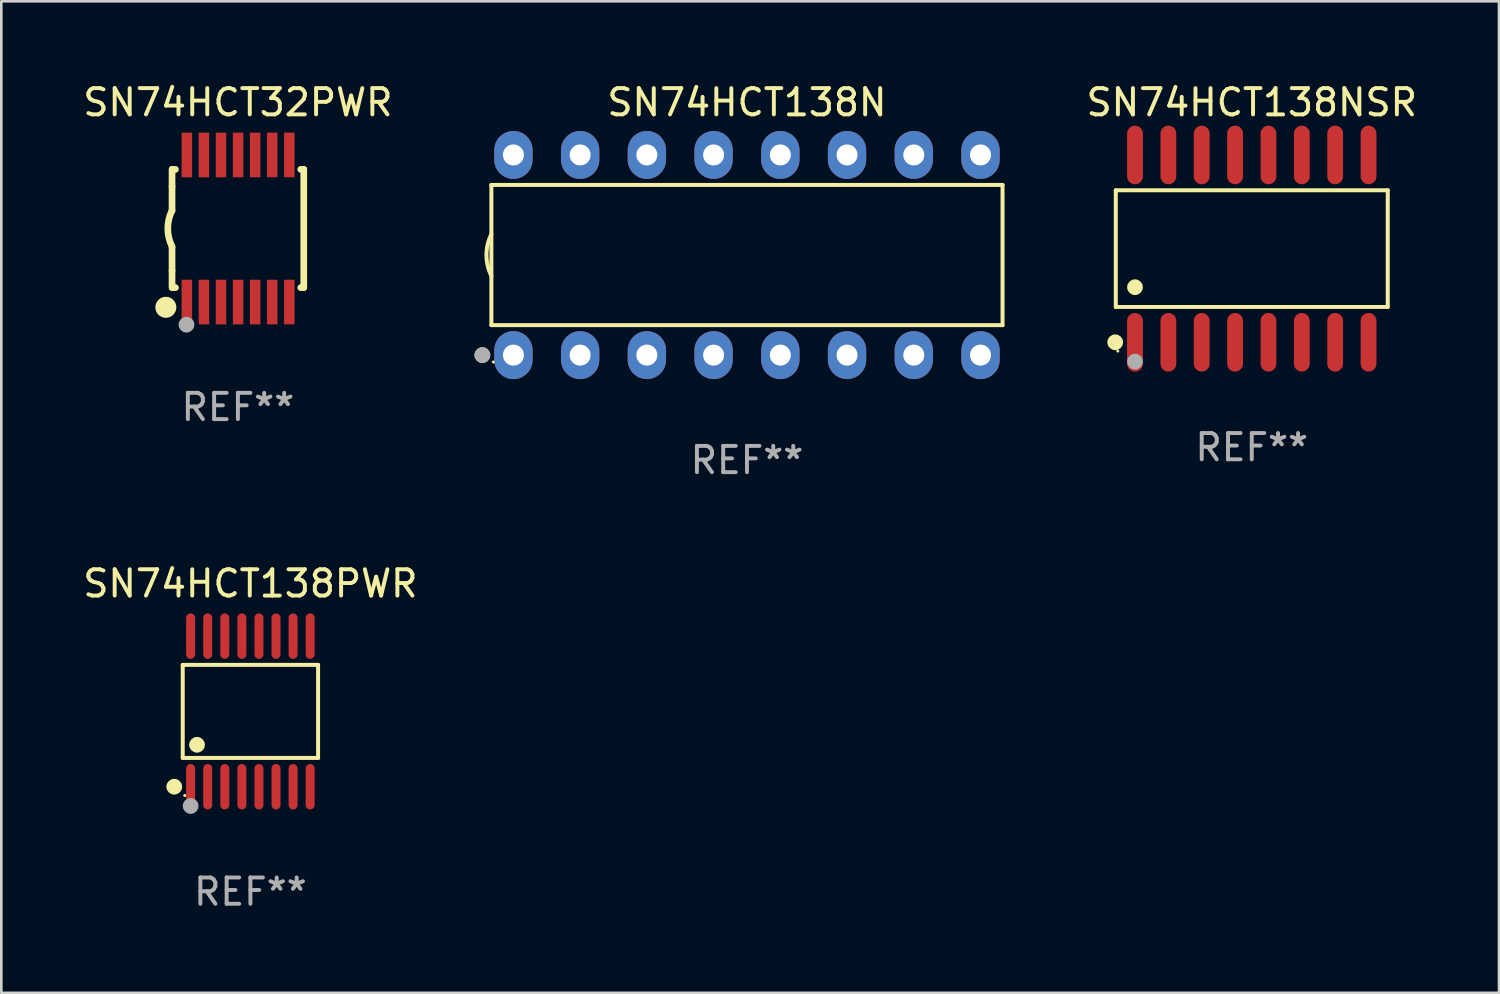
<source format=kicad_pcb>
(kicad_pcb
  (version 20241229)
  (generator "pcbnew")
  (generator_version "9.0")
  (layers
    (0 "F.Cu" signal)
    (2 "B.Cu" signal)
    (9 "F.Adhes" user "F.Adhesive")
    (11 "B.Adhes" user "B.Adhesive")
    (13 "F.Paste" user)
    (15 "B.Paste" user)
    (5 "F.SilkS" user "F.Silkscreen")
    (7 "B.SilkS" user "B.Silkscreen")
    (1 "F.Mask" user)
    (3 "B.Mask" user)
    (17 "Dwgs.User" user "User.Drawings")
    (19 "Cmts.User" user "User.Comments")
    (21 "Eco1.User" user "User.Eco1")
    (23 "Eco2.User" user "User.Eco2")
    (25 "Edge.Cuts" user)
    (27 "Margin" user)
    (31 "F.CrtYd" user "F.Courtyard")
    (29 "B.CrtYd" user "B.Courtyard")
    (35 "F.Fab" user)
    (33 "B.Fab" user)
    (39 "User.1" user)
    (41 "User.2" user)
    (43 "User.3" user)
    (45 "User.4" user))
  (footprint "SN74HCT138NSR"
    (layer "F.Cu")
    (at 44.6 6.414)
    (property "Reference" "SN74HCT138NSR" (at 0 -5.565 0) (layer "F.SilkS") (effects (font (size 1 1) (thickness 0.15))))
    (attr through_hole)
    (fp_line (start -5.176 -2.221) (end 5.176 -2.221) (stroke (width 0.152) (type solid)) (layer "F.SilkS"))
    (fp_line (start -5.176 2.221) (end -5.176 -2.221) (stroke (width 0.152) (type solid)) (layer "F.SilkS"))
    (fp_line (start 5.176 -2.221) (end 5.176 2.221) (stroke (width 0.152) (type solid)) (layer "F.SilkS"))
    (fp_line (start 5.176 2.221) (end -5.176 2.221) (stroke (width 0.152) (type solid)) (layer "F.SilkS"))
    (fp_circle (center -5.198 3.565) (end -5.048 3.565) (stroke (width 0.3) (type solid)) (fill no) (layer "F.SilkS"))
    (fp_circle (center -5.1 3.9) (end -5.07 3.9) (stroke (width 0.06) (type solid)) (fill no) (layer "F.SilkS"))
    (fp_circle (center -4.445 1.469) (end -4.295 1.469) (stroke (width 0.3) (type solid)) (fill no) (layer "F.SilkS"))
    (fp_circle (center -4.445 4.3) (end -4.295 4.3) (stroke (width 0.3) (type solid)) (fill no) (layer "F.Fab"))
    (fp_text user "REF**" (at 0 7.565 0) (layer "F.Fab") (effects (font (size 1 1) (thickness 0.15))))
    (pad "1" smd oval (at -4.445 3.565) (size 0.602 2.231) (layers "F.Cu" "F.Mask" "F.Paste"))
    (pad "2" smd oval (at -3.175 3.565) (size 0.602 2.231) (layers "F.Cu" "F.Mask" "F.Paste"))
    (pad "3" smd oval (at -1.905 3.565) (size 0.602 2.231) (layers "F.Cu" "F.Mask" "F.Paste"))
    (pad "4" smd oval (at -0.635 3.565) (size 0.602 2.231) (layers "F.Cu" "F.Mask" "F.Paste"))
    (pad "5" smd oval (at 0.635 3.565) (size 0.602 2.231) (layers "F.Cu" "F.Mask" "F.Paste"))
    (pad "6" smd oval (at 1.905 3.565) (size 0.602 2.231) (layers "F.Cu" "F.Mask" "F.Paste"))
    (pad "7" smd oval (at 3.175 3.565) (size 0.602 2.231) (layers "F.Cu" "F.Mask" "F.Paste"))
    (pad "8" smd oval (at 4.445 3.565) (size 0.602 2.231) (layers "F.Cu" "F.Mask" "F.Paste"))
    (pad "9" smd oval (at 4.445 -3.565) (size 0.602 2.231) (layers "F.Cu" "F.Mask" "F.Paste"))
    (pad "10" smd oval (at 3.175 -3.565) (size 0.602 2.231) (layers "F.Cu" "F.Mask" "F.Paste"))
    (pad "11" smd oval (at 1.905 -3.565) (size 0.602 2.231) (layers "F.Cu" "F.Mask" "F.Paste"))
    (pad "12" smd oval (at 0.635 -3.565) (size 0.602 2.231) (layers "F.Cu" "F.Mask" "F.Paste"))
    (pad "13" smd oval (at -0.635 -3.565) (size 0.602 2.231) (layers "F.Cu" "F.Mask" "F.Paste"))
    (pad "14" smd oval (at -1.905 -3.565) (size 0.602 2.231) (layers "F.Cu" "F.Mask" "F.Paste"))
    (pad "15" smd oval (at -3.175 -3.565) (size 0.602 2.231) (layers "F.Cu" "F.Mask" "F.Paste"))
    (pad "16" smd oval (at -4.445 -3.565) (size 0.602 2.231) (layers "F.Cu" "F.Mask" "F.Paste")))
  (footprint "SN74HCT138N"
    (layer "F.Cu")
    (at 25.384 6.658)
    (property "Reference" "SN74HCT138N" (at 0 -5.81 0) (layer "F.SilkS") (effects (font (size 1 1) (thickness 0.15))))
    (attr through_hole)
    (fp_line (start -9.729 -2.669) (end 9.729 -2.669) (stroke (width 0.152) (type solid)) (layer "F.SilkS"))
    (fp_line (start -9.729 2.669) (end -9.729 -2.669) (stroke (width 0.152) (type solid)) (layer "F.SilkS"))
    (fp_line (start 9.729 -2.669) (end 9.729 2.669) (stroke (width 0.152) (type solid)) (layer "F.SilkS"))
    (fp_line (start 9.729 2.669) (end -9.729 2.669) (stroke (width 0.152) (type solid)) (layer "F.SilkS"))
    (fp_arc (start -9.728727 0.793751) (mid -9.916106 0) (end -9.728727 -0.793752) (stroke (width 0.1524) (type solid)) (layer "F.SilkS"))
    (fp_circle (center -10.072 3.81) (end -9.922 3.81) (stroke (width 0.3) (type solid)) (fill no) (layer "F.SilkS"))
    (fp_circle (center -9.653 4.075) (end -9.623 4.075) (stroke (width 0.06) (type solid)) (fill no) (layer "F.SilkS"))
    (fp_circle (center -10.072 3.81) (end -9.922 3.81) (stroke (width 0.3) (type solid)) (fill no) (layer "F.Fab"))
    (fp_text user "REF**" (at 0 7.81 0) (layer "F.Fab") (effects (font (size 1 1) (thickness 0.15))))
    (pad "1" thru_hole oval (at -8.89 3.81) (size 1.46 1.825) (drill 0.8) (layers "*.Cu" "*.Mask"))
    (pad "2" thru_hole oval (at -6.35 3.81) (size 1.46 1.825) (drill 0.8) (layers "*.Cu" "*.Mask"))
    (pad "3" thru_hole oval (at -3.81 3.81) (size 1.46 1.825) (drill 0.8) (layers "*.Cu" "*.Mask"))
    (pad "4" thru_hole oval (at -1.27 3.81) (size 1.46 1.825) (drill 0.8) (layers "*.Cu" "*.Mask"))
    (pad "5" thru_hole oval (at 1.27 3.81) (size 1.46 1.825) (drill 0.8) (layers "*.Cu" "*.Mask"))
    (pad "6" thru_hole oval (at 3.81 3.81) (size 1.46 1.825) (drill 0.8) (layers "*.Cu" "*.Mask"))
    (pad "7" thru_hole oval (at 6.35 3.81) (size 1.46 1.825) (drill 0.8) (layers "*.Cu" "*.Mask"))
    (pad "8" thru_hole oval (at 8.89 3.81) (size 1.46 1.825) (drill 0.8) (layers "*.Cu" "*.Mask"))
    (pad "9" thru_hole oval (at 8.89 -3.81) (size 1.46 1.825) (drill 0.8) (layers "*.Cu" "*.Mask"))
    (pad "10" thru_hole oval (at 6.35 -3.81) (size 1.46 1.825) (drill 0.8) (layers "*.Cu" "*.Mask"))
    (pad "11" thru_hole oval (at 3.81 -3.81) (size 1.46 1.825) (drill 0.8) (layers "*.Cu" "*.Mask"))
    (pad "12" thru_hole oval (at 1.27 -3.81) (size 1.46 1.825) (drill 0.8) (layers "*.Cu" "*.Mask"))
    (pad "13" thru_hole oval (at -1.27 -3.81) (size 1.46 1.825) (drill 0.8) (layers "*.Cu" "*.Mask"))
    (pad "14" thru_hole oval (at -3.81 -3.81) (size 1.46 1.825) (drill 0.8) (layers "*.Cu" "*.Mask"))
    (pad "15" thru_hole oval (at -6.35 -3.81) (size 1.46 1.825) (drill 0.8) (layers "*.Cu" "*.Mask"))
    (pad "16" thru_hole oval (at -8.89 -3.81) (size 1.46 1.825) (drill 0.8) (layers "*.Cu" "*.Mask")))
  (footprint "SN74HCT32PWR"
    (layer "F.Cu")
    (at 6.006 5.648)
    (property "Reference" "SN74HCT32PWR" (at 0 -4.8 0) (layer "F.SilkS") (effects (font (size 1 1) (thickness 0.15))))
    (attr through_hole)
    (fp_line (start -2.507 -1.6) (end -2.507 -2.25) (stroke (width 0.254) (type solid)) (layer "F.SilkS"))
    (fp_line (start -2.507 -0.686) (end -2.507 -1.6) (stroke (width 0.254) (type solid)) (layer "F.SilkS"))
    (fp_line (start -2.507 1.6) (end -2.507 0.686) (stroke (width 0.254) (type solid)) (layer "F.SilkS"))
    (fp_line (start -2.507 1.6) (end -2.507 2.25) (stroke (width 0.254) (type solid)) (layer "F.SilkS"))
    (fp_line (start -2.493 -2.25) (end -2.377 -2.25) (stroke (width 0.254) (type solid)) (layer "F.SilkS"))
    (fp_line (start -2.377 2.25) (end -2.493 2.25) (stroke (width 0.254) (type solid)) (layer "F.SilkS"))
    (fp_line (start 2.392 -2.25) (end 2.507 -2.25) (stroke (width 0.254) (type solid)) (layer "F.SilkS"))
    (fp_line (start 2.507 -2.25) (end 2.507 2.25) (stroke (width 0.254) (type solid)) (layer "F.SilkS"))
    (fp_line (start 2.507 2.25) (end 2.392 2.25) (stroke (width 0.254) (type solid)) (layer "F.SilkS"))
    (fp_arc (start -2.507303 0.685802) (mid -2.669199 0) (end -2.507303 -0.685801) (stroke (width 0.254001) (type solid)) (layer "F.SilkS"))
    (fp_circle (center -2.743 3) (end -2.543 3) (stroke (width 0.4) (type solid)) (fill no) (layer "F.SilkS"))
    (fp_circle (center -2.493 3.2) (end -2.463 3.2) (stroke (width 0.06) (type solid)) (fill no) (layer "F.SilkS"))
    (fp_circle (center -1.957 3.662) (end -1.807 3.662) (stroke (width 0.3) (type solid)) (fill no) (layer "F.Fab"))
    (fp_text user "REF**" (at 0 6.8 0) (layer "F.Fab") (effects (font (size 1 1) (thickness 0.15))))
    (pad "1" smd rect (at -1.943 2.8) (size 0.4 1.7) (layers "F.Cu" "F.Mask" "F.Paste"))
    (pad "2" smd rect (at -1.293 2.8) (size 0.4 1.7) (layers "F.Cu" "F.Mask" "F.Paste"))
    (pad "3" smd rect (at -0.643 2.8) (size 0.4 1.7) (layers "F.Cu" "F.Mask" "F.Paste"))
    (pad "4" smd rect (at 0.007 2.8) (size 0.4 1.7) (layers "F.Cu" "F.Mask" "F.Paste"))
    (pad "5" smd rect (at 0.657 2.8) (size 0.4 1.7) (layers "F.Cu" "F.Mask" "F.Paste"))
    (pad "6" smd rect (at 1.307 2.8) (size 0.4 1.7) (layers "F.Cu" "F.Mask" "F.Paste"))
    (pad "7" smd rect (at 1.957 2.8) (size 0.4 1.7) (layers "F.Cu" "F.Mask" "F.Paste"))
    (pad "8" smd rect (at 1.957 -2.8) (size 0.4 1.7) (layers "F.Cu" "F.Mask" "F.Paste"))
    (pad "9" smd rect (at 1.307 -2.8) (size 0.4 1.7) (layers "F.Cu" "F.Mask" "F.Paste"))
    (pad "10" smd rect (at 0.657 -2.8) (size 0.4 1.7) (layers "F.Cu" "F.Mask" "F.Paste"))
    (pad "11" smd rect (at 0.007 -2.8) (size 0.4 1.7) (layers "F.Cu" "F.Mask" "F.Paste"))
    (pad "12" smd rect (at -0.643 -2.8) (size 0.4 1.7) (layers "F.Cu" "F.Mask" "F.Paste"))
    (pad "13" smd rect (at -1.293 -2.8) (size 0.4 1.7) (layers "F.Cu" "F.Mask" "F.Paste"))
    (pad "14" smd rect (at -1.943 -2.8) (size 0.4 1.7) (layers "F.Cu" "F.Mask" "F.Paste")))
  (footprint "SN74HCT138PWR"
    (layer "F.Cu")
    (at 6.482 24.031)
    (property "Reference" "SN74HCT138PWR" (at 0 -4.866 0) (layer "F.SilkS") (effects (font (size 1 1) (thickness 0.15))))
    (attr through_hole)
    (fp_line (start -2.576 -1.772) (end 2.576 -1.772) (stroke (width 0.152) (type solid)) (layer "F.SilkS"))
    (fp_line (start -2.576 1.771) (end -2.576 -1.772) (stroke (width 0.152) (type solid)) (layer "F.SilkS"))
    (fp_line (start 2.576 -1.772) (end 2.576 1.771) (stroke (width 0.152) (type solid)) (layer "F.SilkS"))
    (fp_line (start 2.576 1.771) (end -2.576 1.771) (stroke (width 0.152) (type solid)) (layer "F.SilkS"))
    (fp_circle (center -2.899 2.866) (end -2.749 2.866) (stroke (width 0.3) (type solid)) (fill no) (layer "F.SilkS"))
    (fp_circle (center -2.5 3.2) (end -2.47 3.2) (stroke (width 0.06) (type solid)) (fill no) (layer "F.SilkS"))
    (fp_circle (center -2.032 1.27) (end -1.882 1.27) (stroke (width 0.3) (type solid)) (fill no) (layer "F.SilkS"))
    (fp_circle (center -2.275 3.6) (end -2.125 3.6) (stroke (width 0.3) (type solid)) (fill no) (layer "F.Fab"))
    (fp_text user "REF**" (at 0 6.866 0) (layer "F.Fab") (effects (font (size 1 1) (thickness 0.15))))
    (pad "1" smd oval (at -2.275 2.866) (size 0.343 1.731) (layers "F.Cu" "F.Mask" "F.Paste"))
    (pad "2" smd oval (at -1.625 2.866) (size 0.343 1.731) (layers "F.Cu" "F.Mask" "F.Paste"))
    (pad "3" smd oval (at -0.975 2.866) (size 0.343 1.731) (layers "F.Cu" "F.Mask" "F.Paste"))
    (pad "4" smd oval (at -0.325 2.866) (size 0.343 1.731) (layers "F.Cu" "F.Mask" "F.Paste"))
    (pad "5" smd oval (at 0.325 2.866) (size 0.343 1.731) (layers "F.Cu" "F.Mask" "F.Paste"))
    (pad "6" smd oval (at 0.975 2.866) (size 0.343 1.731) (layers "F.Cu" "F.Mask" "F.Paste"))
    (pad "7" smd oval (at 1.625 2.866) (size 0.343 1.731) (layers "F.Cu" "F.Mask" "F.Paste"))
    (pad "8" smd oval (at 2.275 2.866) (size 0.343 1.731) (layers "F.Cu" "F.Mask" "F.Paste"))
    (pad "9" smd oval (at 2.275 -2.866) (size 0.343 1.731) (layers "F.Cu" "F.Mask" "F.Paste"))
    (pad "10" smd oval (at 1.625 -2.866) (size 0.343 1.731) (layers "F.Cu" "F.Mask" "F.Paste"))
    (pad "11" smd oval (at 0.975 -2.866) (size 0.343 1.731) (layers "F.Cu" "F.Mask" "F.Paste"))
    (pad "12" smd oval (at 0.325 -2.866) (size 0.343 1.731) (layers "F.Cu" "F.Mask" "F.Paste"))
    (pad "13" smd oval (at -0.325 -2.866) (size 0.343 1.731) (layers "F.Cu" "F.Mask" "F.Paste"))
    (pad "14" smd oval (at -0.975 -2.866) (size 0.343 1.731) (layers "F.Cu" "F.Mask" "F.Paste"))
    (pad "15" smd oval (at -1.625 -2.866) (size 0.343 1.731) (layers "F.Cu" "F.Mask" "F.Paste"))
    (pad "16" smd oval (at -2.275 -2.866) (size 0.343 1.731) (layers "F.Cu" "F.Mask" "F.Paste")))
  (gr_rect
    (start -3 -3)
    (end 54.011 34.745)
    (stroke (width 0.1) (type default))
    (fill no)
    (layer "Edge.Cuts")))
</source>
